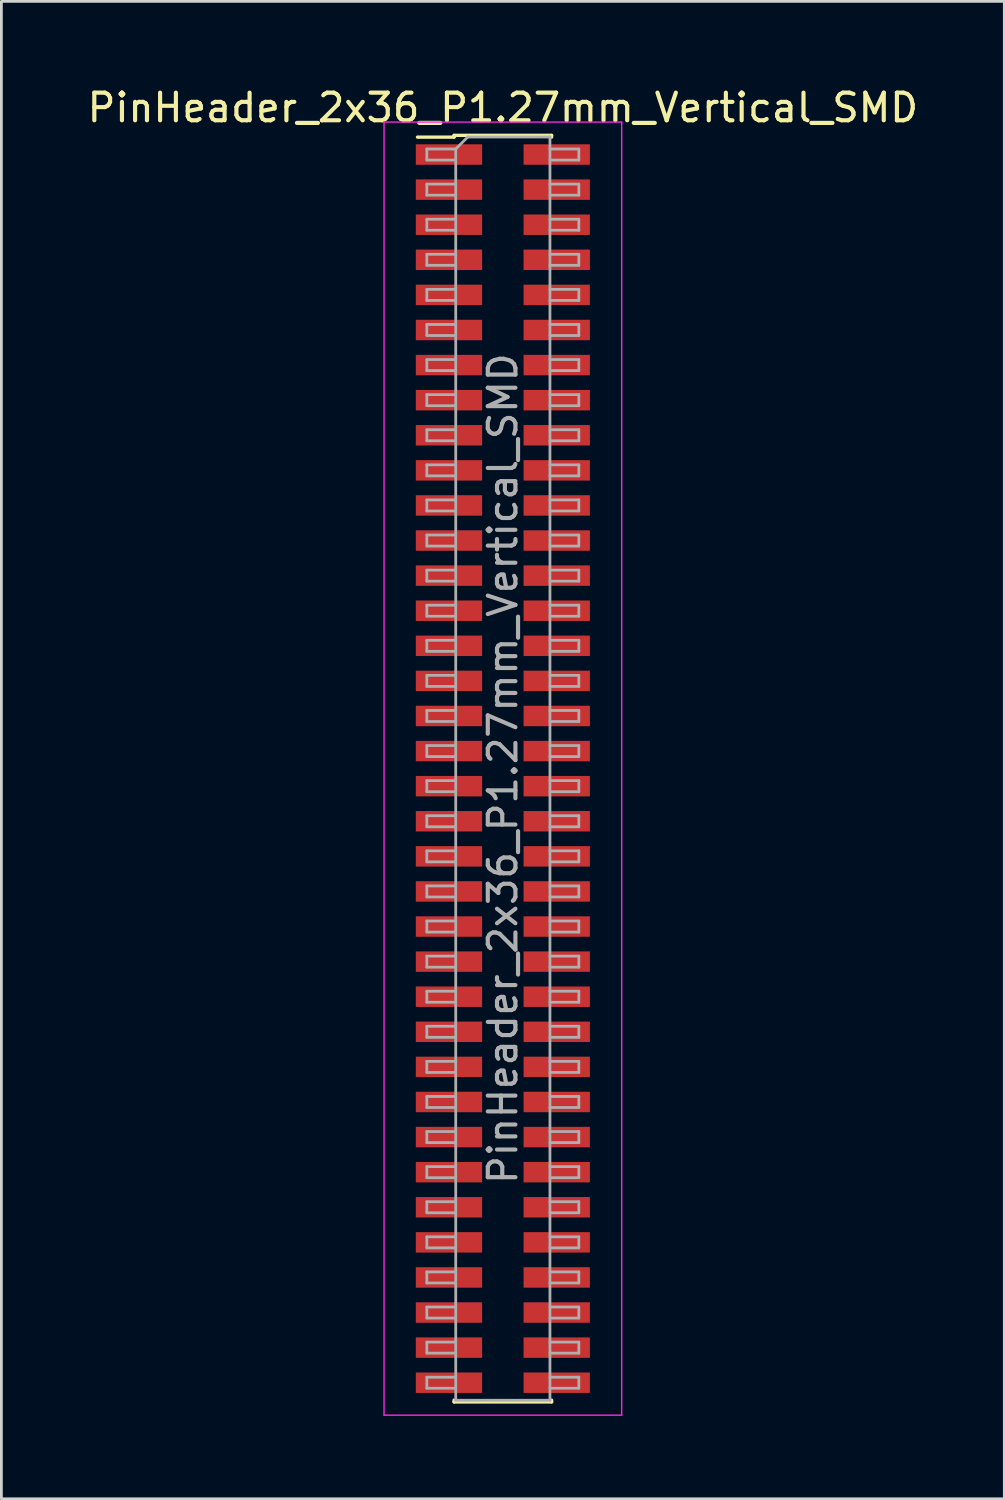
<source format=kicad_pcb>
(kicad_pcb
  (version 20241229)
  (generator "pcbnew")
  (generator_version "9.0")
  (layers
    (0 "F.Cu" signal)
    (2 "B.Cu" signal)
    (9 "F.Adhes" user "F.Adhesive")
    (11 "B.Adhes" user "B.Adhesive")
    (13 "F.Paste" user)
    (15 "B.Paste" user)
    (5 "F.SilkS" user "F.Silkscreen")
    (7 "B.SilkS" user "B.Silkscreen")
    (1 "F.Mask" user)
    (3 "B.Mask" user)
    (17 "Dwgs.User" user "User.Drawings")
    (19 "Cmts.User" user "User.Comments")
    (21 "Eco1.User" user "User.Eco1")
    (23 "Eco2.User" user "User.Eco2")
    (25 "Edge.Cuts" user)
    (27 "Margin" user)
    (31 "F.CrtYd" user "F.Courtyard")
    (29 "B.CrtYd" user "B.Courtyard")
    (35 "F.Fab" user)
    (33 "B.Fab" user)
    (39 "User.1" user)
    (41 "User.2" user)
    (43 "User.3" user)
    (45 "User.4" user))
  (footprint "PinHeader_2x36_P1.27mm_Vertical_SMD"
    (layer "F.Cu")
    (at 15.149 24.768)
    (property "Reference" "PinHeader_2x36_P1.27mm_Vertical_SMD" (at 0 -23.92 0) (layer "F.SilkS") (effects (font (size 1 1) (thickness 0.15))))
    (attr smd)
    (fp_line (start -3.09 -22.855) (end -1.765 -22.855) (stroke (width 0.12) (type solid)) (layer "F.SilkS"))
    (fp_line (start -1.765 -22.92) (end -1.765 -22.855) (stroke (width 0.12) (type solid)) (layer "F.SilkS"))
    (fp_line (start -1.765 -22.92) (end 1.765 -22.92) (stroke (width 0.12) (type solid)) (layer "F.SilkS"))
    (fp_line (start -1.765 22.855) (end -1.765 22.92) (stroke (width 0.12) (type solid)) (layer "F.SilkS"))
    (fp_line (start -1.765 22.92) (end 1.765 22.92) (stroke (width 0.12) (type solid)) (layer "F.SilkS"))
    (fp_line (start 1.765 -22.92) (end 1.765 -22.855) (stroke (width 0.12) (type solid)) (layer "F.SilkS"))
    (fp_line (start 1.765 22.855) (end 1.765 22.92) (stroke (width 0.12) (type solid)) (layer "F.SilkS"))
    (fp_line (start -4.3 -23.4) (end -4.3 23.4) (stroke (width 0.05) (type solid)) (layer "F.CrtYd"))
    (fp_line (start -4.3 23.4) (end 4.3 23.4) (stroke (width 0.05) (type solid)) (layer "F.CrtYd"))
    (fp_line (start 4.3 -23.4) (end -4.3 -23.4) (stroke (width 0.05) (type solid)) (layer "F.CrtYd"))
    (fp_line (start 4.3 23.4) (end 4.3 -23.4) (stroke (width 0.05) (type solid)) (layer "F.CrtYd"))
    (fp_line (start -2.75 -22.425) (end -2.75 -22.025) (stroke (width 0.1) (type solid)) (layer "F.Fab"))
    (fp_line (start -2.75 -22.025) (end -1.705 -22.025) (stroke (width 0.1) (type solid)) (layer "F.Fab"))
    (fp_line (start -2.75 -21.155) (end -2.75 -20.755) (stroke (width 0.1) (type solid)) (layer "F.Fab"))
    (fp_line (start -2.75 -20.755) (end -1.705 -20.755) (stroke (width 0.1) (type solid)) (layer "F.Fab"))
    (fp_line (start -2.75 -19.885) (end -2.75 -19.485) (stroke (width 0.1) (type solid)) (layer "F.Fab"))
    (fp_line (start -2.75 -19.485) (end -1.705 -19.485) (stroke (width 0.1) (type solid)) (layer "F.Fab"))
    (fp_line (start -2.75 -18.615) (end -2.75 -18.215) (stroke (width 0.1) (type solid)) (layer "F.Fab"))
    (fp_line (start -2.75 -18.215) (end -1.705 -18.215) (stroke (width 0.1) (type solid)) (layer "F.Fab"))
    (fp_line (start -2.75 -17.345) (end -2.75 -16.945) (stroke (width 0.1) (type solid)) (layer "F.Fab"))
    (fp_line (start -2.75 -16.945) (end -1.705 -16.945) (stroke (width 0.1) (type solid)) (layer "F.Fab"))
    (fp_line (start -2.75 -16.075) (end -2.75 -15.675) (stroke (width 0.1) (type solid)) (layer "F.Fab"))
    (fp_line (start -2.75 -15.675) (end -1.705 -15.675) (stroke (width 0.1) (type solid)) (layer "F.Fab"))
    (fp_line (start -2.75 -14.805) (end -2.75 -14.405) (stroke (width 0.1) (type solid)) (layer "F.Fab"))
    (fp_line (start -2.75 -14.405) (end -1.705 -14.405) (stroke (width 0.1) (type solid)) (layer "F.Fab"))
    (fp_line (start -2.75 -13.535) (end -2.75 -13.135) (stroke (width 0.1) (type solid)) (layer "F.Fab"))
    (fp_line (start -2.75 -13.135) (end -1.705 -13.135) (stroke (width 0.1) (type solid)) (layer "F.Fab"))
    (fp_line (start -2.75 -12.265) (end -2.75 -11.865) (stroke (width 0.1) (type solid)) (layer "F.Fab"))
    (fp_line (start -2.75 -11.865) (end -1.705 -11.865) (stroke (width 0.1) (type solid)) (layer "F.Fab"))
    (fp_line (start -2.75 -10.995) (end -2.75 -10.595) (stroke (width 0.1) (type solid)) (layer "F.Fab"))
    (fp_line (start -2.75 -10.595) (end -1.705 -10.595) (stroke (width 0.1) (type solid)) (layer "F.Fab"))
    (fp_line (start -2.75 -9.725) (end -2.75 -9.325) (stroke (width 0.1) (type solid)) (layer "F.Fab"))
    (fp_line (start -2.75 -9.325) (end -1.705 -9.325) (stroke (width 0.1) (type solid)) (layer "F.Fab"))
    (fp_line (start -2.75 -8.455) (end -2.75 -8.055) (stroke (width 0.1) (type solid)) (layer "F.Fab"))
    (fp_line (start -2.75 -8.055) (end -1.705 -8.055) (stroke (width 0.1) (type solid)) (layer "F.Fab"))
    (fp_line (start -2.75 -7.185) (end -2.75 -6.785) (stroke (width 0.1) (type solid)) (layer "F.Fab"))
    (fp_line (start -2.75 -6.785) (end -1.705 -6.785) (stroke (width 0.1) (type solid)) (layer "F.Fab"))
    (fp_line (start -2.75 -5.915) (end -2.75 -5.515) (stroke (width 0.1) (type solid)) (layer "F.Fab"))
    (fp_line (start -2.75 -5.515) (end -1.705 -5.515) (stroke (width 0.1) (type solid)) (layer "F.Fab"))
    (fp_line (start -2.75 -4.645) (end -2.75 -4.245) (stroke (width 0.1) (type solid)) (layer "F.Fab"))
    (fp_line (start -2.75 -4.245) (end -1.705 -4.245) (stroke (width 0.1) (type solid)) (layer "F.Fab"))
    (fp_line (start -2.75 -3.375) (end -2.75 -2.975) (stroke (width 0.1) (type solid)) (layer "F.Fab"))
    (fp_line (start -2.75 -2.975) (end -1.705 -2.975) (stroke (width 0.1) (type solid)) (layer "F.Fab"))
    (fp_line (start -2.75 -2.105) (end -2.75 -1.705) (stroke (width 0.1) (type solid)) (layer "F.Fab"))
    (fp_line (start -2.75 -1.705) (end -1.705 -1.705) (stroke (width 0.1) (type solid)) (layer "F.Fab"))
    (fp_line (start -2.75 -0.835) (end -2.75 -0.435) (stroke (width 0.1) (type solid)) (layer "F.Fab"))
    (fp_line (start -2.75 -0.435) (end -1.705 -0.435) (stroke (width 0.1) (type solid)) (layer "F.Fab"))
    (fp_line (start -2.75 0.435) (end -2.75 0.835) (stroke (width 0.1) (type solid)) (layer "F.Fab"))
    (fp_line (start -2.75 0.835) (end -1.705 0.835) (stroke (width 0.1) (type solid)) (layer "F.Fab"))
    (fp_line (start -2.75 1.705) (end -2.75 2.105) (stroke (width 0.1) (type solid)) (layer "F.Fab"))
    (fp_line (start -2.75 2.105) (end -1.705 2.105) (stroke (width 0.1) (type solid)) (layer "F.Fab"))
    (fp_line (start -2.75 2.975) (end -2.75 3.375) (stroke (width 0.1) (type solid)) (layer "F.Fab"))
    (fp_line (start -2.75 3.375) (end -1.705 3.375) (stroke (width 0.1) (type solid)) (layer "F.Fab"))
    (fp_line (start -2.75 4.245) (end -2.75 4.645) (stroke (width 0.1) (type solid)) (layer "F.Fab"))
    (fp_line (start -2.75 4.645) (end -1.705 4.645) (stroke (width 0.1) (type solid)) (layer "F.Fab"))
    (fp_line (start -2.75 5.515) (end -2.75 5.915) (stroke (width 0.1) (type solid)) (layer "F.Fab"))
    (fp_line (start -2.75 5.915) (end -1.705 5.915) (stroke (width 0.1) (type solid)) (layer "F.Fab"))
    (fp_line (start -2.75 6.785) (end -2.75 7.185) (stroke (width 0.1) (type solid)) (layer "F.Fab"))
    (fp_line (start -2.75 7.185) (end -1.705 7.185) (stroke (width 0.1) (type solid)) (layer "F.Fab"))
    (fp_line (start -2.75 8.055) (end -2.75 8.455) (stroke (width 0.1) (type solid)) (layer "F.Fab"))
    (fp_line (start -2.75 8.455) (end -1.705 8.455) (stroke (width 0.1) (type solid)) (layer "F.Fab"))
    (fp_line (start -2.75 9.325) (end -2.75 9.725) (stroke (width 0.1) (type solid)) (layer "F.Fab"))
    (fp_line (start -2.75 9.725) (end -1.705 9.725) (stroke (width 0.1) (type solid)) (layer "F.Fab"))
    (fp_line (start -2.75 10.595) (end -2.75 10.995) (stroke (width 0.1) (type solid)) (layer "F.Fab"))
    (fp_line (start -2.75 10.995) (end -1.705 10.995) (stroke (width 0.1) (type solid)) (layer "F.Fab"))
    (fp_line (start -2.75 11.865) (end -2.75 12.265) (stroke (width 0.1) (type solid)) (layer "F.Fab"))
    (fp_line (start -2.75 12.265) (end -1.705 12.265) (stroke (width 0.1) (type solid)) (layer "F.Fab"))
    (fp_line (start -2.75 13.135) (end -2.75 13.535) (stroke (width 0.1) (type solid)) (layer "F.Fab"))
    (fp_line (start -2.75 13.535) (end -1.705 13.535) (stroke (width 0.1) (type solid)) (layer "F.Fab"))
    (fp_line (start -2.75 14.405) (end -2.75 14.805) (stroke (width 0.1) (type solid)) (layer "F.Fab"))
    (fp_line (start -2.75 14.805) (end -1.705 14.805) (stroke (width 0.1) (type solid)) (layer "F.Fab"))
    (fp_line (start -2.75 15.675) (end -2.75 16.075) (stroke (width 0.1) (type solid)) (layer "F.Fab"))
    (fp_line (start -2.75 16.075) (end -1.705 16.075) (stroke (width 0.1) (type solid)) (layer "F.Fab"))
    (fp_line (start -2.75 16.945) (end -2.75 17.345) (stroke (width 0.1) (type solid)) (layer "F.Fab"))
    (fp_line (start -2.75 17.345) (end -1.705 17.345) (stroke (width 0.1) (type solid)) (layer "F.Fab"))
    (fp_line (start -2.75 18.215) (end -2.75 18.615) (stroke (width 0.1) (type solid)) (layer "F.Fab"))
    (fp_line (start -2.75 18.615) (end -1.705 18.615) (stroke (width 0.1) (type solid)) (layer "F.Fab"))
    (fp_line (start -2.75 19.485) (end -2.75 19.885) (stroke (width 0.1) (type solid)) (layer "F.Fab"))
    (fp_line (start -2.75 19.885) (end -1.705 19.885) (stroke (width 0.1) (type solid)) (layer "F.Fab"))
    (fp_line (start -2.75 20.755) (end -2.75 21.155) (stroke (width 0.1) (type solid)) (layer "F.Fab"))
    (fp_line (start -2.75 21.155) (end -1.705 21.155) (stroke (width 0.1) (type solid)) (layer "F.Fab"))
    (fp_line (start -2.75 22.025) (end -2.75 22.425) (stroke (width 0.1) (type solid)) (layer "F.Fab"))
    (fp_line (start -2.75 22.425) (end -1.705 22.425) (stroke (width 0.1) (type solid)) (layer "F.Fab"))
    (fp_line (start -1.705 -22.425) (end -2.75 -22.425) (stroke (width 0.1) (type solid)) (layer "F.Fab"))
    (fp_line (start -1.705 -22.425) (end -1.27 -22.86) (stroke (width 0.1) (type solid)) (layer "F.Fab"))
    (fp_line (start -1.705 -21.155) (end -2.75 -21.155) (stroke (width 0.1) (type solid)) (layer "F.Fab"))
    (fp_line (start -1.705 -19.885) (end -2.75 -19.885) (stroke (width 0.1) (type solid)) (layer "F.Fab"))
    (fp_line (start -1.705 -18.615) (end -2.75 -18.615) (stroke (width 0.1) (type solid)) (layer "F.Fab"))
    (fp_line (start -1.705 -17.345) (end -2.75 -17.345) (stroke (width 0.1) (type solid)) (layer "F.Fab"))
    (fp_line (start -1.705 -16.075) (end -2.75 -16.075) (stroke (width 0.1) (type solid)) (layer "F.Fab"))
    (fp_line (start -1.705 -14.805) (end -2.75 -14.805) (stroke (width 0.1) (type solid)) (layer "F.Fab"))
    (fp_line (start -1.705 -13.535) (end -2.75 -13.535) (stroke (width 0.1) (type solid)) (layer "F.Fab"))
    (fp_line (start -1.705 -12.265) (end -2.75 -12.265) (stroke (width 0.1) (type solid)) (layer "F.Fab"))
    (fp_line (start -1.705 -10.995) (end -2.75 -10.995) (stroke (width 0.1) (type solid)) (layer "F.Fab"))
    (fp_line (start -1.705 -9.725) (end -2.75 -9.725) (stroke (width 0.1) (type solid)) (layer "F.Fab"))
    (fp_line (start -1.705 -8.455) (end -2.75 -8.455) (stroke (width 0.1) (type solid)) (layer "F.Fab"))
    (fp_line (start -1.705 -7.185) (end -2.75 -7.185) (stroke (width 0.1) (type solid)) (layer "F.Fab"))
    (fp_line (start -1.705 -5.915) (end -2.75 -5.915) (stroke (width 0.1) (type solid)) (layer "F.Fab"))
    (fp_line (start -1.705 -4.645) (end -2.75 -4.645) (stroke (width 0.1) (type solid)) (layer "F.Fab"))
    (fp_line (start -1.705 -3.375) (end -2.75 -3.375) (stroke (width 0.1) (type solid)) (layer "F.Fab"))
    (fp_line (start -1.705 -2.105) (end -2.75 -2.105) (stroke (width 0.1) (type solid)) (layer "F.Fab"))
    (fp_line (start -1.705 -0.835) (end -2.75 -0.835) (stroke (width 0.1) (type solid)) (layer "F.Fab"))
    (fp_line (start -1.705 0.435) (end -2.75 0.435) (stroke (width 0.1) (type solid)) (layer "F.Fab"))
    (fp_line (start -1.705 1.705) (end -2.75 1.705) (stroke (width 0.1) (type solid)) (layer "F.Fab"))
    (fp_line (start -1.705 2.975) (end -2.75 2.975) (stroke (width 0.1) (type solid)) (layer "F.Fab"))
    (fp_line (start -1.705 4.245) (end -2.75 4.245) (stroke (width 0.1) (type solid)) (layer "F.Fab"))
    (fp_line (start -1.705 5.515) (end -2.75 5.515) (stroke (width 0.1) (type solid)) (layer "F.Fab"))
    (fp_line (start -1.705 6.785) (end -2.75 6.785) (stroke (width 0.1) (type solid)) (layer "F.Fab"))
    (fp_line (start -1.705 8.055) (end -2.75 8.055) (stroke (width 0.1) (type solid)) (layer "F.Fab"))
    (fp_line (start -1.705 9.325) (end -2.75 9.325) (stroke (width 0.1) (type solid)) (layer "F.Fab"))
    (fp_line (start -1.705 10.595) (end -2.75 10.595) (stroke (width 0.1) (type solid)) (layer "F.Fab"))
    (fp_line (start -1.705 11.865) (end -2.75 11.865) (stroke (width 0.1) (type solid)) (layer "F.Fab"))
    (fp_line (start -1.705 13.135) (end -2.75 13.135) (stroke (width 0.1) (type solid)) (layer "F.Fab"))
    (fp_line (start -1.705 14.405) (end -2.75 14.405) (stroke (width 0.1) (type solid)) (layer "F.Fab"))
    (fp_line (start -1.705 15.675) (end -2.75 15.675) (stroke (width 0.1) (type solid)) (layer "F.Fab"))
    (fp_line (start -1.705 16.945) (end -2.75 16.945) (stroke (width 0.1) (type solid)) (layer "F.Fab"))
    (fp_line (start -1.705 18.215) (end -2.75 18.215) (stroke (width 0.1) (type solid)) (layer "F.Fab"))
    (fp_line (start -1.705 19.485) (end -2.75 19.485) (stroke (width 0.1) (type solid)) (layer "F.Fab"))
    (fp_line (start -1.705 20.755) (end -2.75 20.755) (stroke (width 0.1) (type solid)) (layer "F.Fab"))
    (fp_line (start -1.705 22.025) (end -2.75 22.025) (stroke (width 0.1) (type solid)) (layer "F.Fab"))
    (fp_line (start -1.705 22.86) (end -1.705 -22.425) (stroke (width 0.1) (type solid)) (layer "F.Fab"))
    (fp_line (start -1.27 -22.86) (end 1.705 -22.86) (stroke (width 0.1) (type solid)) (layer "F.Fab"))
    (fp_line (start 1.705 -22.86) (end 1.705 22.86) (stroke (width 0.1) (type solid)) (layer "F.Fab"))
    (fp_line (start 1.705 -22.425) (end 2.75 -22.425) (stroke (width 0.1) (type solid)) (layer "F.Fab"))
    (fp_line (start 1.705 -21.155) (end 2.75 -21.155) (stroke (width 0.1) (type solid)) (layer "F.Fab"))
    (fp_line (start 1.705 -19.885) (end 2.75 -19.885) (stroke (width 0.1) (type solid)) (layer "F.Fab"))
    (fp_line (start 1.705 -18.615) (end 2.75 -18.615) (stroke (width 0.1) (type solid)) (layer "F.Fab"))
    (fp_line (start 1.705 -17.345) (end 2.75 -17.345) (stroke (width 0.1) (type solid)) (layer "F.Fab"))
    (fp_line (start 1.705 -16.075) (end 2.75 -16.075) (stroke (width 0.1) (type solid)) (layer "F.Fab"))
    (fp_line (start 1.705 -14.805) (end 2.75 -14.805) (stroke (width 0.1) (type solid)) (layer "F.Fab"))
    (fp_line (start 1.705 -13.535) (end 2.75 -13.535) (stroke (width 0.1) (type solid)) (layer "F.Fab"))
    (fp_line (start 1.705 -12.265) (end 2.75 -12.265) (stroke (width 0.1) (type solid)) (layer "F.Fab"))
    (fp_line (start 1.705 -10.995) (end 2.75 -10.995) (stroke (width 0.1) (type solid)) (layer "F.Fab"))
    (fp_line (start 1.705 -9.725) (end 2.75 -9.725) (stroke (width 0.1) (type solid)) (layer "F.Fab"))
    (fp_line (start 1.705 -8.455) (end 2.75 -8.455) (stroke (width 0.1) (type solid)) (layer "F.Fab"))
    (fp_line (start 1.705 -7.185) (end 2.75 -7.185) (stroke (width 0.1) (type solid)) (layer "F.Fab"))
    (fp_line (start 1.705 -5.915) (end 2.75 -5.915) (stroke (width 0.1) (type solid)) (layer "F.Fab"))
    (fp_line (start 1.705 -4.645) (end 2.75 -4.645) (stroke (width 0.1) (type solid)) (layer "F.Fab"))
    (fp_line (start 1.705 -3.375) (end 2.75 -3.375) (stroke (width 0.1) (type solid)) (layer "F.Fab"))
    (fp_line (start 1.705 -2.105) (end 2.75 -2.105) (stroke (width 0.1) (type solid)) (layer "F.Fab"))
    (fp_line (start 1.705 -0.835) (end 2.75 -0.835) (stroke (width 0.1) (type solid)) (layer "F.Fab"))
    (fp_line (start 1.705 0.435) (end 2.75 0.435) (stroke (width 0.1) (type solid)) (layer "F.Fab"))
    (fp_line (start 1.705 1.705) (end 2.75 1.705) (stroke (width 0.1) (type solid)) (layer "F.Fab"))
    (fp_line (start 1.705 2.975) (end 2.75 2.975) (stroke (width 0.1) (type solid)) (layer "F.Fab"))
    (fp_line (start 1.705 4.245) (end 2.75 4.245) (stroke (width 0.1) (type solid)) (layer "F.Fab"))
    (fp_line (start 1.705 5.515) (end 2.75 5.515) (stroke (width 0.1) (type solid)) (layer "F.Fab"))
    (fp_line (start 1.705 6.785) (end 2.75 6.785) (stroke (width 0.1) (type solid)) (layer "F.Fab"))
    (fp_line (start 1.705 8.055) (end 2.75 8.055) (stroke (width 0.1) (type solid)) (layer "F.Fab"))
    (fp_line (start 1.705 9.325) (end 2.75 9.325) (stroke (width 0.1) (type solid)) (layer "F.Fab"))
    (fp_line (start 1.705 10.595) (end 2.75 10.595) (stroke (width 0.1) (type solid)) (layer "F.Fab"))
    (fp_line (start 1.705 11.865) (end 2.75 11.865) (stroke (width 0.1) (type solid)) (layer "F.Fab"))
    (fp_line (start 1.705 13.135) (end 2.75 13.135) (stroke (width 0.1) (type solid)) (layer "F.Fab"))
    (fp_line (start 1.705 14.405) (end 2.75 14.405) (stroke (width 0.1) (type solid)) (layer "F.Fab"))
    (fp_line (start 1.705 15.675) (end 2.75 15.675) (stroke (width 0.1) (type solid)) (layer "F.Fab"))
    (fp_line (start 1.705 16.945) (end 2.75 16.945) (stroke (width 0.1) (type solid)) (layer "F.Fab"))
    (fp_line (start 1.705 18.215) (end 2.75 18.215) (stroke (width 0.1) (type solid)) (layer "F.Fab"))
    (fp_line (start 1.705 19.485) (end 2.75 19.485) (stroke (width 0.1) (type solid)) (layer "F.Fab"))
    (fp_line (start 1.705 20.755) (end 2.75 20.755) (stroke (width 0.1) (type solid)) (layer "F.Fab"))
    (fp_line (start 1.705 22.025) (end 2.75 22.025) (stroke (width 0.1) (type solid)) (layer "F.Fab"))
    (fp_line (start 1.705 22.86) (end -1.705 22.86) (stroke (width 0.1) (type solid)) (layer "F.Fab"))
    (fp_line (start 2.75 -22.425) (end 2.75 -22.025) (stroke (width 0.1) (type solid)) (layer "F.Fab"))
    (fp_line (start 2.75 -22.025) (end 1.705 -22.025) (stroke (width 0.1) (type solid)) (layer "F.Fab"))
    (fp_line (start 2.75 -21.155) (end 2.75 -20.755) (stroke (width 0.1) (type solid)) (layer "F.Fab"))
    (fp_line (start 2.75 -20.755) (end 1.705 -20.755) (stroke (width 0.1) (type solid)) (layer "F.Fab"))
    (fp_line (start 2.75 -19.885) (end 2.75 -19.485) (stroke (width 0.1) (type solid)) (layer "F.Fab"))
    (fp_line (start 2.75 -19.485) (end 1.705 -19.485) (stroke (width 0.1) (type solid)) (layer "F.Fab"))
    (fp_line (start 2.75 -18.615) (end 2.75 -18.215) (stroke (width 0.1) (type solid)) (layer "F.Fab"))
    (fp_line (start 2.75 -18.215) (end 1.705 -18.215) (stroke (width 0.1) (type solid)) (layer "F.Fab"))
    (fp_line (start 2.75 -17.345) (end 2.75 -16.945) (stroke (width 0.1) (type solid)) (layer "F.Fab"))
    (fp_line (start 2.75 -16.945) (end 1.705 -16.945) (stroke (width 0.1) (type solid)) (layer "F.Fab"))
    (fp_line (start 2.75 -16.075) (end 2.75 -15.675) (stroke (width 0.1) (type solid)) (layer "F.Fab"))
    (fp_line (start 2.75 -15.675) (end 1.705 -15.675) (stroke (width 0.1) (type solid)) (layer "F.Fab"))
    (fp_line (start 2.75 -14.805) (end 2.75 -14.405) (stroke (width 0.1) (type solid)) (layer "F.Fab"))
    (fp_line (start 2.75 -14.405) (end 1.705 -14.405) (stroke (width 0.1) (type solid)) (layer "F.Fab"))
    (fp_line (start 2.75 -13.535) (end 2.75 -13.135) (stroke (width 0.1) (type solid)) (layer "F.Fab"))
    (fp_line (start 2.75 -13.135) (end 1.705 -13.135) (stroke (width 0.1) (type solid)) (layer "F.Fab"))
    (fp_line (start 2.75 -12.265) (end 2.75 -11.865) (stroke (width 0.1) (type solid)) (layer "F.Fab"))
    (fp_line (start 2.75 -11.865) (end 1.705 -11.865) (stroke (width 0.1) (type solid)) (layer "F.Fab"))
    (fp_line (start 2.75 -10.995) (end 2.75 -10.595) (stroke (width 0.1) (type solid)) (layer "F.Fab"))
    (fp_line (start 2.75 -10.595) (end 1.705 -10.595) (stroke (width 0.1) (type solid)) (layer "F.Fab"))
    (fp_line (start 2.75 -9.725) (end 2.75 -9.325) (stroke (width 0.1) (type solid)) (layer "F.Fab"))
    (fp_line (start 2.75 -9.325) (end 1.705 -9.325) (stroke (width 0.1) (type solid)) (layer "F.Fab"))
    (fp_line (start 2.75 -8.455) (end 2.75 -8.055) (stroke (width 0.1) (type solid)) (layer "F.Fab"))
    (fp_line (start 2.75 -8.055) (end 1.705 -8.055) (stroke (width 0.1) (type solid)) (layer "F.Fab"))
    (fp_line (start 2.75 -7.185) (end 2.75 -6.785) (stroke (width 0.1) (type solid)) (layer "F.Fab"))
    (fp_line (start 2.75 -6.785) (end 1.705 -6.785) (stroke (width 0.1) (type solid)) (layer "F.Fab"))
    (fp_line (start 2.75 -5.915) (end 2.75 -5.515) (stroke (width 0.1) (type solid)) (layer "F.Fab"))
    (fp_line (start 2.75 -5.515) (end 1.705 -5.515) (stroke (width 0.1) (type solid)) (layer "F.Fab"))
    (fp_line (start 2.75 -4.645) (end 2.75 -4.245) (stroke (width 0.1) (type solid)) (layer "F.Fab"))
    (fp_line (start 2.75 -4.245) (end 1.705 -4.245) (stroke (width 0.1) (type solid)) (layer "F.Fab"))
    (fp_line (start 2.75 -3.375) (end 2.75 -2.975) (stroke (width 0.1) (type solid)) (layer "F.Fab"))
    (fp_line (start 2.75 -2.975) (end 1.705 -2.975) (stroke (width 0.1) (type solid)) (layer "F.Fab"))
    (fp_line (start 2.75 -2.105) (end 2.75 -1.705) (stroke (width 0.1) (type solid)) (layer "F.Fab"))
    (fp_line (start 2.75 -1.705) (end 1.705 -1.705) (stroke (width 0.1) (type solid)) (layer "F.Fab"))
    (fp_line (start 2.75 -0.835) (end 2.75 -0.435) (stroke (width 0.1) (type solid)) (layer "F.Fab"))
    (fp_line (start 2.75 -0.435) (end 1.705 -0.435) (stroke (width 0.1) (type solid)) (layer "F.Fab"))
    (fp_line (start 2.75 0.435) (end 2.75 0.835) (stroke (width 0.1) (type solid)) (layer "F.Fab"))
    (fp_line (start 2.75 0.835) (end 1.705 0.835) (stroke (width 0.1) (type solid)) (layer "F.Fab"))
    (fp_line (start 2.75 1.705) (end 2.75 2.105) (stroke (width 0.1) (type solid)) (layer "F.Fab"))
    (fp_line (start 2.75 2.105) (end 1.705 2.105) (stroke (width 0.1) (type solid)) (layer "F.Fab"))
    (fp_line (start 2.75 2.975) (end 2.75 3.375) (stroke (width 0.1) (type solid)) (layer "F.Fab"))
    (fp_line (start 2.75 3.375) (end 1.705 3.375) (stroke (width 0.1) (type solid)) (layer "F.Fab"))
    (fp_line (start 2.75 4.245) (end 2.75 4.645) (stroke (width 0.1) (type solid)) (layer "F.Fab"))
    (fp_line (start 2.75 4.645) (end 1.705 4.645) (stroke (width 0.1) (type solid)) (layer "F.Fab"))
    (fp_line (start 2.75 5.515) (end 2.75 5.915) (stroke (width 0.1) (type solid)) (layer "F.Fab"))
    (fp_line (start 2.75 5.915) (end 1.705 5.915) (stroke (width 0.1) (type solid)) (layer "F.Fab"))
    (fp_line (start 2.75 6.785) (end 2.75 7.185) (stroke (width 0.1) (type solid)) (layer "F.Fab"))
    (fp_line (start 2.75 7.185) (end 1.705 7.185) (stroke (width 0.1) (type solid)) (layer "F.Fab"))
    (fp_line (start 2.75 8.055) (end 2.75 8.455) (stroke (width 0.1) (type solid)) (layer "F.Fab"))
    (fp_line (start 2.75 8.455) (end 1.705 8.455) (stroke (width 0.1) (type solid)) (layer "F.Fab"))
    (fp_line (start 2.75 9.325) (end 2.75 9.725) (stroke (width 0.1) (type solid)) (layer "F.Fab"))
    (fp_line (start 2.75 9.725) (end 1.705 9.725) (stroke (width 0.1) (type solid)) (layer "F.Fab"))
    (fp_line (start 2.75 10.595) (end 2.75 10.995) (stroke (width 0.1) (type solid)) (layer "F.Fab"))
    (fp_line (start 2.75 10.995) (end 1.705 10.995) (stroke (width 0.1) (type solid)) (layer "F.Fab"))
    (fp_line (start 2.75 11.865) (end 2.75 12.265) (stroke (width 0.1) (type solid)) (layer "F.Fab"))
    (fp_line (start 2.75 12.265) (end 1.705 12.265) (stroke (width 0.1) (type solid)) (layer "F.Fab"))
    (fp_line (start 2.75 13.135) (end 2.75 13.535) (stroke (width 0.1) (type solid)) (layer "F.Fab"))
    (fp_line (start 2.75 13.535) (end 1.705 13.535) (stroke (width 0.1) (type solid)) (layer "F.Fab"))
    (fp_line (start 2.75 14.405) (end 2.75 14.805) (stroke (width 0.1) (type solid)) (layer "F.Fab"))
    (fp_line (start 2.75 14.805) (end 1.705 14.805) (stroke (width 0.1) (type solid)) (layer "F.Fab"))
    (fp_line (start 2.75 15.675) (end 2.75 16.075) (stroke (width 0.1) (type solid)) (layer "F.Fab"))
    (fp_line (start 2.75 16.075) (end 1.705 16.075) (stroke (width 0.1) (type solid)) (layer "F.Fab"))
    (fp_line (start 2.75 16.945) (end 2.75 17.345) (stroke (width 0.1) (type solid)) (layer "F.Fab"))
    (fp_line (start 2.75 17.345) (end 1.705 17.345) (stroke (width 0.1) (type solid)) (layer "F.Fab"))
    (fp_line (start 2.75 18.215) (end 2.75 18.615) (stroke (width 0.1) (type solid)) (layer "F.Fab"))
    (fp_line (start 2.75 18.615) (end 1.705 18.615) (stroke (width 0.1) (type solid)) (layer "F.Fab"))
    (fp_line (start 2.75 19.485) (end 2.75 19.885) (stroke (width 0.1) (type solid)) (layer "F.Fab"))
    (fp_line (start 2.75 19.885) (end 1.705 19.885) (stroke (width 0.1) (type solid)) (layer "F.Fab"))
    (fp_line (start 2.75 20.755) (end 2.75 21.155) (stroke (width 0.1) (type solid)) (layer "F.Fab"))
    (fp_line (start 2.75 21.155) (end 1.705 21.155) (stroke (width 0.1) (type solid)) (layer "F.Fab"))
    (fp_line (start 2.75 22.025) (end 2.75 22.425) (stroke (width 0.1) (type solid)) (layer "F.Fab"))
    (fp_line (start 2.75 22.425) (end 1.705 22.425) (stroke (width 0.1) (type solid)) (layer "F.Fab"))
    (fp_text user "${REFERENCE}" (at 0 0 90) (layer "F.Fab") (effects (font (size 1 1) (thickness 0.15))))
    (pad "1" smd rect (at -1.95 -22.225) (size 2.4 0.74) (layers "F.Cu" "F.Mask" "F.Paste"))
    (pad "2" smd rect (at 1.95 -22.225) (size 2.4 0.74) (layers "F.Cu" "F.Mask" "F.Paste"))
    (pad "3" smd rect (at -1.95 -20.955) (size 2.4 0.74) (layers "F.Cu" "F.Mask" "F.Paste"))
    (pad "4" smd rect (at 1.95 -20.955) (size 2.4 0.74) (layers "F.Cu" "F.Mask" "F.Paste"))
    (pad "5" smd rect (at -1.95 -19.685) (size 2.4 0.74) (layers "F.Cu" "F.Mask" "F.Paste"))
    (pad "6" smd rect (at 1.95 -19.685) (size 2.4 0.74) (layers "F.Cu" "F.Mask" "F.Paste"))
    (pad "7" smd rect (at -1.95 -18.415) (size 2.4 0.74) (layers "F.Cu" "F.Mask" "F.Paste"))
    (pad "8" smd rect (at 1.95 -18.415) (size 2.4 0.74) (layers "F.Cu" "F.Mask" "F.Paste"))
    (pad "9" smd rect (at -1.95 -17.145) (size 2.4 0.74) (layers "F.Cu" "F.Mask" "F.Paste"))
    (pad "10" smd rect (at 1.95 -17.145) (size 2.4 0.74) (layers "F.Cu" "F.Mask" "F.Paste"))
    (pad "11" smd rect (at -1.95 -15.875) (size 2.4 0.74) (layers "F.Cu" "F.Mask" "F.Paste"))
    (pad "12" smd rect (at 1.95 -15.875) (size 2.4 0.74) (layers "F.Cu" "F.Mask" "F.Paste"))
    (pad "13" smd rect (at -1.95 -14.605) (size 2.4 0.74) (layers "F.Cu" "F.Mask" "F.Paste"))
    (pad "14" smd rect (at 1.95 -14.605) (size 2.4 0.74) (layers "F.Cu" "F.Mask" "F.Paste"))
    (pad "15" smd rect (at -1.95 -13.335) (size 2.4 0.74) (layers "F.Cu" "F.Mask" "F.Paste"))
    (pad "16" smd rect (at 1.95 -13.335) (size 2.4 0.74) (layers "F.Cu" "F.Mask" "F.Paste"))
    (pad "17" smd rect (at -1.95 -12.065) (size 2.4 0.74) (layers "F.Cu" "F.Mask" "F.Paste"))
    (pad "18" smd rect (at 1.95 -12.065) (size 2.4 0.74) (layers "F.Cu" "F.Mask" "F.Paste"))
    (pad "19" smd rect (at -1.95 -10.795) (size 2.4 0.74) (layers "F.Cu" "F.Mask" "F.Paste"))
    (pad "20" smd rect (at 1.95 -10.795) (size 2.4 0.74) (layers "F.Cu" "F.Mask" "F.Paste"))
    (pad "21" smd rect (at -1.95 -9.525) (size 2.4 0.74) (layers "F.Cu" "F.Mask" "F.Paste"))
    (pad "22" smd rect (at 1.95 -9.525) (size 2.4 0.74) (layers "F.Cu" "F.Mask" "F.Paste"))
    (pad "23" smd rect (at -1.95 -8.255) (size 2.4 0.74) (layers "F.Cu" "F.Mask" "F.Paste"))
    (pad "24" smd rect (at 1.95 -8.255) (size 2.4 0.74) (layers "F.Cu" "F.Mask" "F.Paste"))
    (pad "25" smd rect (at -1.95 -6.985) (size 2.4 0.74) (layers "F.Cu" "F.Mask" "F.Paste"))
    (pad "26" smd rect (at 1.95 -6.985) (size 2.4 0.74) (layers "F.Cu" "F.Mask" "F.Paste"))
    (pad "27" smd rect (at -1.95 -5.715) (size 2.4 0.74) (layers "F.Cu" "F.Mask" "F.Paste"))
    (pad "28" smd rect (at 1.95 -5.715) (size 2.4 0.74) (layers "F.Cu" "F.Mask" "F.Paste"))
    (pad "29" smd rect (at -1.95 -4.445) (size 2.4 0.74) (layers "F.Cu" "F.Mask" "F.Paste"))
    (pad "30" smd rect (at 1.95 -4.445) (size 2.4 0.74) (layers "F.Cu" "F.Mask" "F.Paste"))
    (pad "31" smd rect (at -1.95 -3.175) (size 2.4 0.74) (layers "F.Cu" "F.Mask" "F.Paste"))
    (pad "32" smd rect (at 1.95 -3.175) (size 2.4 0.74) (layers "F.Cu" "F.Mask" "F.Paste"))
    (pad "33" smd rect (at -1.95 -1.905) (size 2.4 0.74) (layers "F.Cu" "F.Mask" "F.Paste"))
    (pad "34" smd rect (at 1.95 -1.905) (size 2.4 0.74) (layers "F.Cu" "F.Mask" "F.Paste"))
    (pad "35" smd rect (at -1.95 -0.635) (size 2.4 0.74) (layers "F.Cu" "F.Mask" "F.Paste"))
    (pad "36" smd rect (at 1.95 -0.635) (size 2.4 0.74) (layers "F.Cu" "F.Mask" "F.Paste"))
    (pad "37" smd rect (at -1.95 0.635) (size 2.4 0.74) (layers "F.Cu" "F.Mask" "F.Paste"))
    (pad "38" smd rect (at 1.95 0.635) (size 2.4 0.74) (layers "F.Cu" "F.Mask" "F.Paste"))
    (pad "39" smd rect (at -1.95 1.905) (size 2.4 0.74) (layers "F.Cu" "F.Mask" "F.Paste"))
    (pad "40" smd rect (at 1.95 1.905) (size 2.4 0.74) (layers "F.Cu" "F.Mask" "F.Paste"))
    (pad "41" smd rect (at -1.95 3.175) (size 2.4 0.74) (layers "F.Cu" "F.Mask" "F.Paste"))
    (pad "42" smd rect (at 1.95 3.175) (size 2.4 0.74) (layers "F.Cu" "F.Mask" "F.Paste"))
    (pad "43" smd rect (at -1.95 4.445) (size 2.4 0.74) (layers "F.Cu" "F.Mask" "F.Paste"))
    (pad "44" smd rect (at 1.95 4.445) (size 2.4 0.74) (layers "F.Cu" "F.Mask" "F.Paste"))
    (pad "45" smd rect (at -1.95 5.715) (size 2.4 0.74) (layers "F.Cu" "F.Mask" "F.Paste"))
    (pad "46" smd rect (at 1.95 5.715) (size 2.4 0.74) (layers "F.Cu" "F.Mask" "F.Paste"))
    (pad "47" smd rect (at -1.95 6.985) (size 2.4 0.74) (layers "F.Cu" "F.Mask" "F.Paste"))
    (pad "48" smd rect (at 1.95 6.985) (size 2.4 0.74) (layers "F.Cu" "F.Mask" "F.Paste"))
    (pad "49" smd rect (at -1.95 8.255) (size 2.4 0.74) (layers "F.Cu" "F.Mask" "F.Paste"))
    (pad "50" smd rect (at 1.95 8.255) (size 2.4 0.74) (layers "F.Cu" "F.Mask" "F.Paste"))
    (pad "51" smd rect (at -1.95 9.525) (size 2.4 0.74) (layers "F.Cu" "F.Mask" "F.Paste"))
    (pad "52" smd rect (at 1.95 9.525) (size 2.4 0.74) (layers "F.Cu" "F.Mask" "F.Paste"))
    (pad "53" smd rect (at -1.95 10.795) (size 2.4 0.74) (layers "F.Cu" "F.Mask" "F.Paste"))
    (pad "54" smd rect (at 1.95 10.795) (size 2.4 0.74) (layers "F.Cu" "F.Mask" "F.Paste"))
    (pad "55" smd rect (at -1.95 12.065) (size 2.4 0.74) (layers "F.Cu" "F.Mask" "F.Paste"))
    (pad "56" smd rect (at 1.95 12.065) (size 2.4 0.74) (layers "F.Cu" "F.Mask" "F.Paste"))
    (pad "57" smd rect (at -1.95 13.335) (size 2.4 0.74) (layers "F.Cu" "F.Mask" "F.Paste"))
    (pad "58" smd rect (at 1.95 13.335) (size 2.4 0.74) (layers "F.Cu" "F.Mask" "F.Paste"))
    (pad "59" smd rect (at -1.95 14.605) (size 2.4 0.74) (layers "F.Cu" "F.Mask" "F.Paste"))
    (pad "60" smd rect (at 1.95 14.605) (size 2.4 0.74) (layers "F.Cu" "F.Mask" "F.Paste"))
    (pad "61" smd rect (at -1.95 15.875) (size 2.4 0.74) (layers "F.Cu" "F.Mask" "F.Paste"))
    (pad "62" smd rect (at 1.95 15.875) (size 2.4 0.74) (layers "F.Cu" "F.Mask" "F.Paste"))
    (pad "63" smd rect (at -1.95 17.145) (size 2.4 0.74) (layers "F.Cu" "F.Mask" "F.Paste"))
    (pad "64" smd rect (at 1.95 17.145) (size 2.4 0.74) (layers "F.Cu" "F.Mask" "F.Paste"))
    (pad "65" smd rect (at -1.95 18.415) (size 2.4 0.74) (layers "F.Cu" "F.Mask" "F.Paste"))
    (pad "66" smd rect (at 1.95 18.415) (size 2.4 0.74) (layers "F.Cu" "F.Mask" "F.Paste"))
    (pad "67" smd rect (at -1.95 19.685) (size 2.4 0.74) (layers "F.Cu" "F.Mask" "F.Paste"))
    (pad "68" smd rect (at 1.95 19.685) (size 2.4 0.74) (layers "F.Cu" "F.Mask" "F.Paste"))
    (pad "69" smd rect (at -1.95 20.955) (size 2.4 0.74) (layers "F.Cu" "F.Mask" "F.Paste"))
    (pad "70" smd rect (at 1.95 20.955) (size 2.4 0.74) (layers "F.Cu" "F.Mask" "F.Paste"))
    (pad "71" smd rect (at -1.95 22.225) (size 2.4 0.74) (layers "F.Cu" "F.Mask" "F.Paste"))
    (pad "72" smd rect (at 1.95 22.225) (size 2.4 0.74) (layers "F.Cu" "F.Mask" "F.Paste")))
  (gr_rect
    (start -3 -3)
    (end 33.298 51.193)
    (stroke (width 0.1) (type default))
    (fill no)
    (layer "Edge.Cuts")))
</source>
